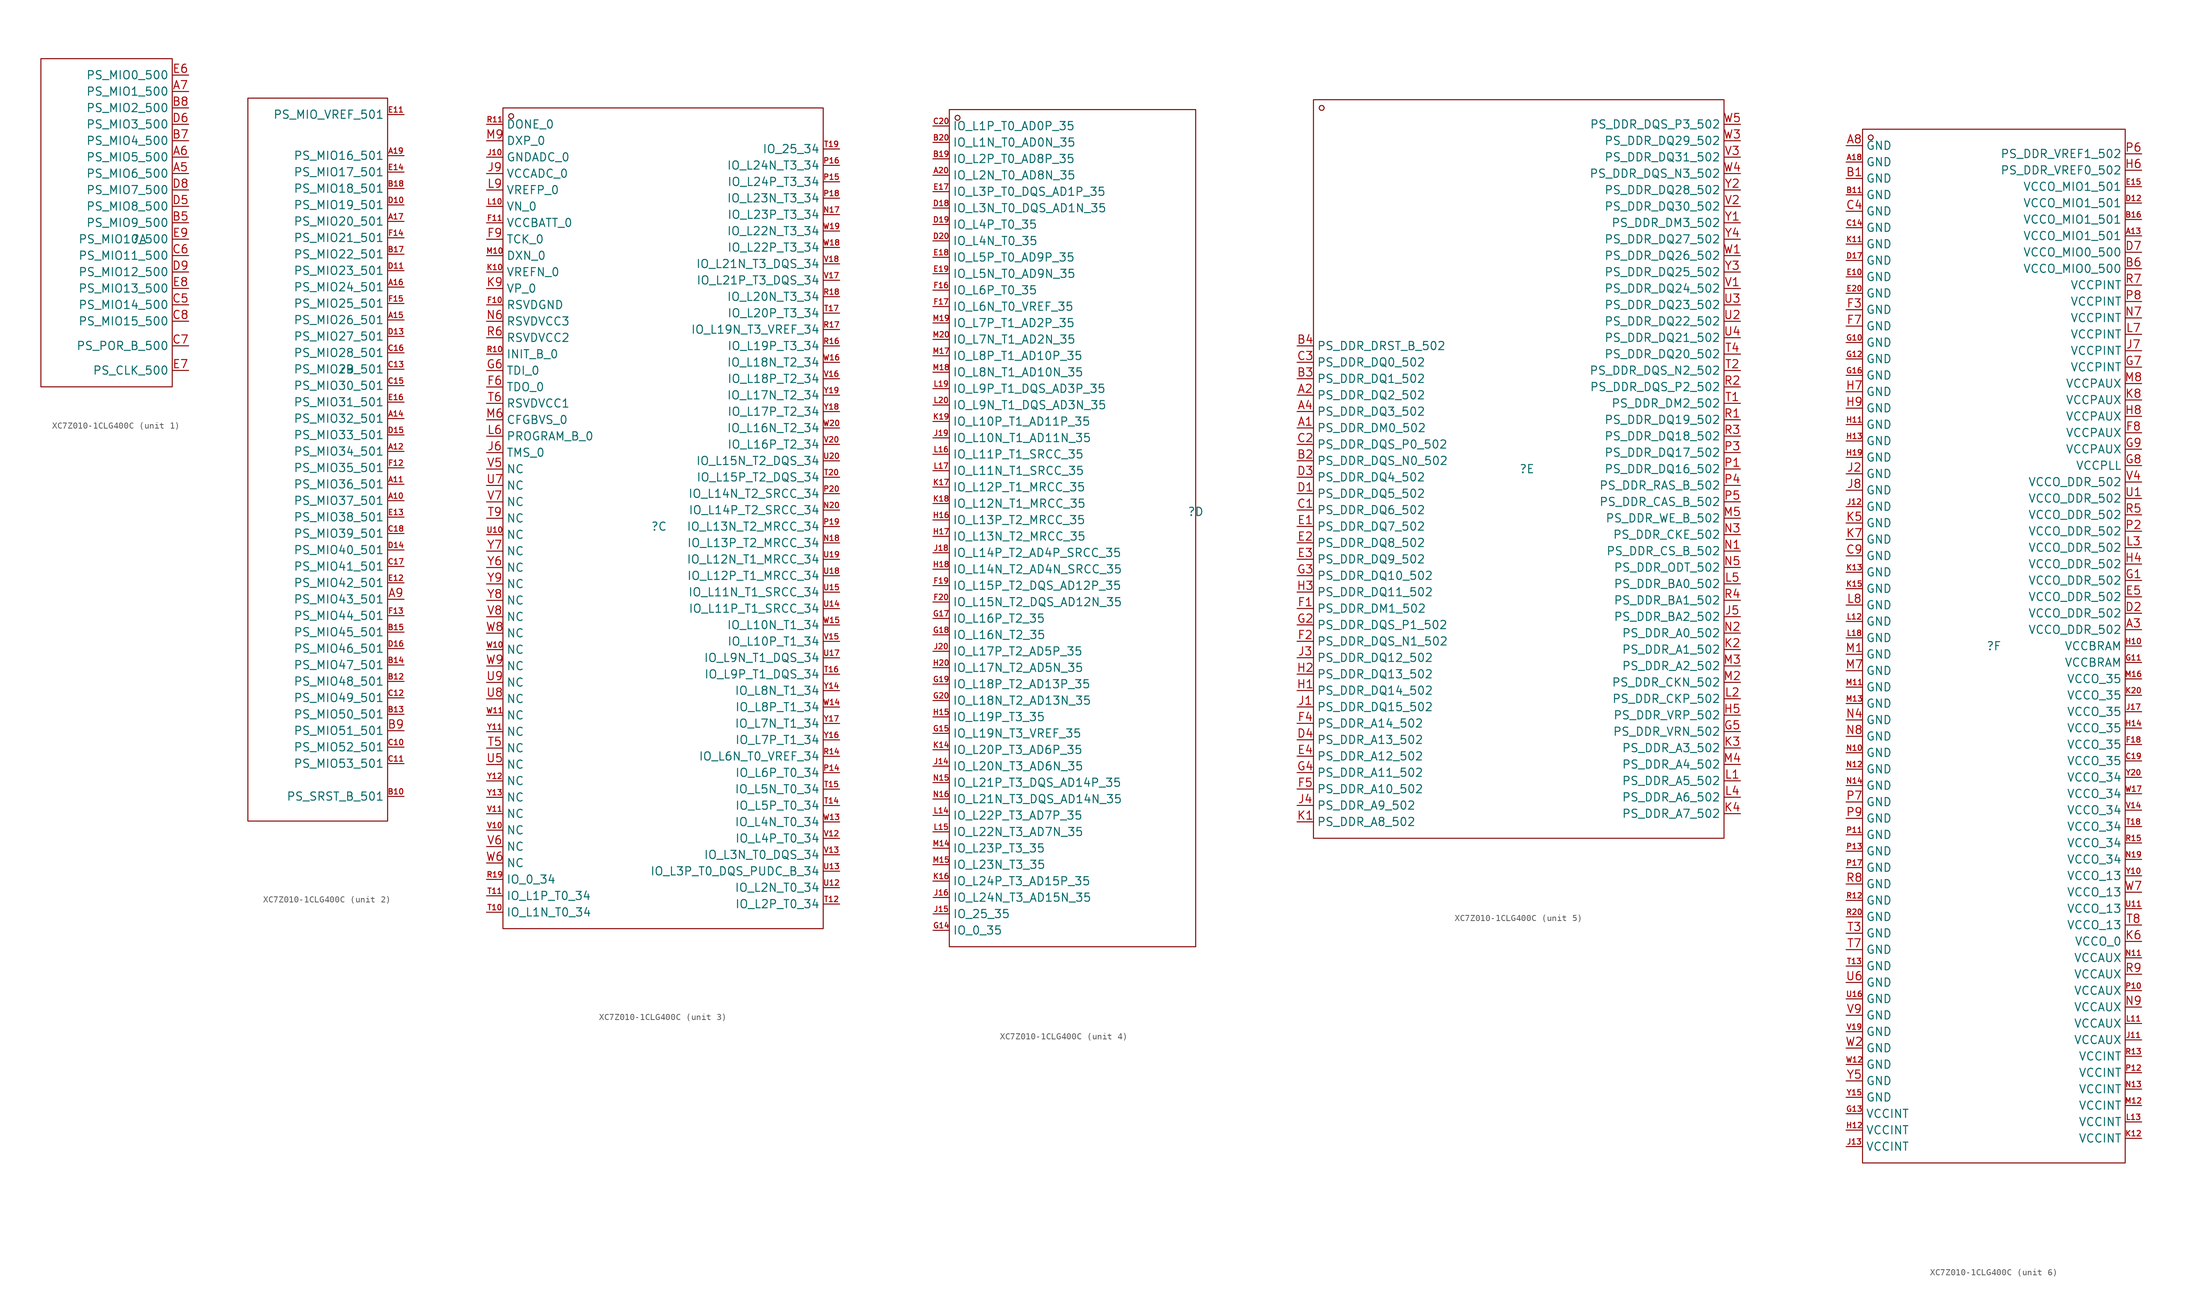
<source format=kicad_sym>
(kicad_symbol_lib
  (version 20231120)
  (generator "kicad_symbol_editor")
  (generator_version "8.0")
  (symbol "XC7Z010-1CLG400C"
    (property "Reference" ""
      (at 0 0 0)
      (effects (font (size 1.27 1.27))))
    (property "Value" ""
      (at 0 0 0)
      (effects (font (size 1.27 1.27))))
    (symbol "XC7Z010-1CLG400C_1_0"
      (rectangle (start -15.24 27.94) (end 5.08 -22.86) (stroke (width 0) (type default)) (fill (type none)))
      (pin input line (at 7.62 10.16 180) (length 2.54) (name "PS_MIO6_500" (effects (font (size 1.27 1.27)))) (number "A5" (effects (font (size 1.27 1.27)))))
      (pin input line (at 7.62 12.7 180) (length 2.54) (name "PS_MIO5_500" (effects (font (size 1.27 1.27)))) (number "A6" (effects (font (size 1.27 1.27)))))
      (pin input line (at 7.62 22.86 180) (length 2.54) (name "PS_MIO1_500" (effects (font (size 1.27 1.27)))) (number "A7" (effects (font (size 1.27 1.27)))))
      (pin input line (at 7.62 2.54 180) (length 2.54) (name "PS_MIO9_500" (effects (font (size 1.27 1.27)))) (number "B5" (effects (font (size 1.27 1.27)))))
      (pin input line (at 7.62 15.24 180) (length 2.54) (name "PS_MIO4_500" (effects (font (size 1.27 1.27)))) (number "B7" (effects (font (size 1.27 1.27)))))
      (pin input line (at 7.62 20.32 180) (length 2.54) (name "PS_MIO2_500" (effects (font (size 1.27 1.27)))) (number "B8" (effects (font (size 1.27 1.27)))))
      (pin input line (at 7.62 -10.16 180) (length 2.54) (name "PS_MIO14_500" (effects (font (size 1.27 1.27)))) (number "C5" (effects (font (size 1.27 1.27)))))
      (pin input line (at 7.62 -2.54 180) (length 2.54) (name "PS_MIO11_500" (effects (font (size 1.27 1.27)))) (number "C6" (effects (font (size 1.27 1.27)))))
      (pin input line (at 7.62 -16.51 180) (length 2.54) (name "PS_POR_B_500" (effects (font (size 1.27 1.27)))) (number "C7" (effects (font (size 1.27 1.27)))))
      (pin input line (at 7.62 -12.7 180) (length 2.54) (name "PS_MIO15_500" (effects (font (size 1.27 1.27)))) (number "C8" (effects (font (size 1.27 1.27)))))
      (pin input line (at 7.62 5.08 180) (length 2.54) (name "PS_MIO8_500" (effects (font (size 1.27 1.27)))) (number "D5" (effects (font (size 1.27 1.27)))))
      (pin input line (at 7.62 17.78 180) (length 2.54) (name "PS_MIO3_500" (effects (font (size 1.27 1.27)))) (number "D6" (effects (font (size 1.27 1.27)))))
      (pin input line (at 7.62 7.62 180) (length 2.54) (name "PS_MIO7_500" (effects (font (size 1.27 1.27)))) (number "D8" (effects (font (size 1.27 1.27)))))
      (pin input line (at 7.62 -5.08 180) (length 2.54) (name "PS_MIO12_500" (effects (font (size 1.27 1.27)))) (number "D9" (effects (font (size 1.27 1.27)))))
      (pin input line (at 7.62 25.4 180) (length 2.54) (name "PS_MIO0_500" (effects (font (size 1.27 1.27)))) (number "E6" (effects (font (size 1.27 1.27)))))
      (pin input line (at 7.62 -20.32 180) (length 2.54) (name "PS_CLK_500" (effects (font (size 1.27 1.27)))) (number "E7" (effects (font (size 1.27 1.27)))))
      (pin input line (at 7.62 -7.62 180) (length 2.54) (name "PS_MIO13_500" (effects (font (size 1.27 1.27)))) (number "E8" (effects (font (size 1.27 1.27)))))
      (pin input line (at 7.62 0 180) (length 2.54) (name "PS_MIO10_500" (effects (font (size 1.27 1.27)))) (number "E9" (effects (font (size 1.27 1.27))))))
    (symbol "XC7Z010-1CLG400C_2_0"
      (rectangle (start -15.24 41.91) (end 6.35 -69.85) (stroke (width 0) (type default)) (fill (type none)))
      (pin input line (at 8.89 -20.32 180) (length 2.54) (name "PS_MIO37_501" (effects (font (size 1.27 1.27)))) (number "A10" (effects (font (size 0.847 0.847)))))
      (pin input line (at 8.89 -17.78 180) (length 2.54) (name "PS_MIO36_501" (effects (font (size 1.27 1.27)))) (number "A11" (effects (font (size 0.847 0.847)))))
      (pin input line (at 8.89 -12.7 180) (length 2.54) (name "PS_MIO34_501" (effects (font (size 1.27 1.27)))) (number "A12" (effects (font (size 0.847 0.847)))))
      (pin input line (at 8.89 -7.62 180) (length 2.54) (name "PS_MIO32_501" (effects (font (size 1.27 1.27)))) (number "A14" (effects (font (size 0.847 0.847)))))
      (pin input line (at 8.89 7.62 180) (length 2.54) (name "PS_MIO26_501" (effects (font (size 1.27 1.27)))) (number "A15" (effects (font (size 0.847 0.847)))))
      (pin input line (at 8.89 12.7 180) (length 2.54) (name "PS_MIO24_501" (effects (font (size 1.27 1.27)))) (number "A16" (effects (font (size 0.847 0.847)))))
      (pin input line (at 8.89 22.86 180) (length 2.54) (name "PS_MIO20_501" (effects (font (size 1.27 1.27)))) (number "A17" (effects (font (size 0.847 0.847)))))
      (pin input line (at 8.89 33.02 180) (length 2.54) (name "PS_MIO16_501" (effects (font (size 1.27 1.27)))) (number "A19" (effects (font (size 0.847 0.847)))))
      (pin input line (at 8.89 -35.56 180) (length 2.54) (name "PS_MIO43_501" (effects (font (size 1.27 1.27)))) (number "A9" (effects (font (size 1.27 1.27)))))
      (pin input line (at 8.89 -66.04 180) (length 2.54) (name "PS_SRST_B_501" (effects (font (size 1.27 1.27)))) (number "B10" (effects (font (size 0.847 0.847)))))
      (pin input line (at 8.89 -48.26 180) (length 2.54) (name "PS_MIO48_501" (effects (font (size 1.27 1.27)))) (number "B12" (effects (font (size 0.847 0.847)))))
      (pin input line (at 8.89 -53.34 180) (length 2.54) (name "PS_MIO50_501" (effects (font (size 1.27 1.27)))) (number "B13" (effects (font (size 0.847 0.847)))))
      (pin input line (at 8.89 -45.72 180) (length 2.54) (name "PS_MIO47_501" (effects (font (size 1.27 1.27)))) (number "B14" (effects (font (size 0.847 0.847)))))
      (pin input line (at 8.89 -40.64 180) (length 2.54) (name "PS_MIO45_501" (effects (font (size 1.27 1.27)))) (number "B15" (effects (font (size 0.847 0.847)))))
      (pin input line (at 8.89 17.78 180) (length 2.54) (name "PS_MIO22_501" (effects (font (size 1.27 1.27)))) (number "B17" (effects (font (size 0.847 0.847)))))
      (pin input line (at 8.89 27.94 180) (length 2.54) (name "PS_MIO18_501" (effects (font (size 1.27 1.27)))) (number "B18" (effects (font (size 0.847 0.847)))))
      (pin input line (at 8.89 -55.88 180) (length 2.54) (name "PS_MIO51_501" (effects (font (size 1.27 1.27)))) (number "B9" (effects (font (size 1.27 1.27)))))
      (pin input line (at 8.89 -58.42 180) (length 2.54) (name "PS_MIO52_501" (effects (font (size 1.27 1.27)))) (number "C10" (effects (font (size 0.847 0.847)))))
      (pin input line (at 8.89 -60.96 180) (length 2.54) (name "PS_MIO53_501" (effects (font (size 1.27 1.27)))) (number "C11" (effects (font (size 0.847 0.847)))))
      (pin input line (at 8.89 -50.8 180) (length 2.54) (name "PS_MIO49_501" (effects (font (size 1.27 1.27)))) (number "C12" (effects (font (size 0.847 0.847)))))
      (pin input line (at 8.89 0 180) (length 2.54) (name "PS_MIO29_501" (effects (font (size 1.27 1.27)))) (number "C13" (effects (font (size 0.847 0.847)))))
      (pin input line (at 8.89 -2.54 180) (length 2.54) (name "PS_MIO30_501" (effects (font (size 1.27 1.27)))) (number "C15" (effects (font (size 0.847 0.847)))))
      (pin input line (at 8.89 2.54 180) (length 2.54) (name "PS_MIO28_501" (effects (font (size 1.27 1.27)))) (number "C16" (effects (font (size 0.847 0.847)))))
      (pin input line (at 8.89 -30.48 180) (length 2.54) (name "PS_MIO41_501" (effects (font (size 1.27 1.27)))) (number "C17" (effects (font (size 0.847 0.847)))))
      (pin input line (at 8.89 -25.4 180) (length 2.54) (name "PS_MIO39_501" (effects (font (size 1.27 1.27)))) (number "C18" (effects (font (size 0.847 0.847)))))
      (pin input line (at 8.89 25.4 180) (length 2.54) (name "PS_MIO19_501" (effects (font (size 1.27 1.27)))) (number "D10" (effects (font (size 0.847 0.847)))))
      (pin input line (at 8.89 15.24 180) (length 2.54) (name "PS_MIO23_501" (effects (font (size 1.27 1.27)))) (number "D11" (effects (font (size 0.847 0.847)))))
      (pin input line (at 8.89 5.08 180) (length 2.54) (name "PS_MIO27_501" (effects (font (size 1.27 1.27)))) (number "D13" (effects (font (size 0.847 0.847)))))
      (pin input line (at 8.89 -27.94 180) (length 2.54) (name "PS_MIO40_501" (effects (font (size 1.27 1.27)))) (number "D14" (effects (font (size 0.847 0.847)))))
      (pin input line (at 8.89 -10.16 180) (length 2.54) (name "PS_MIO33_501" (effects (font (size 1.27 1.27)))) (number "D15" (effects (font (size 0.847 0.847)))))
      (pin input line (at 8.89 -43.18 180) (length 2.54) (name "PS_MIO46_501" (effects (font (size 1.27 1.27)))) (number "D16" (effects (font (size 0.847 0.847)))))
      (pin input line (at 8.89 39.37 180) (length 2.54) (name "PS_MIO_VREF_501" (effects (font (size 1.27 1.27)))) (number "E11" (effects (font (size 0.847 0.847)))))
      (pin input line (at 8.89 -33.02 180) (length 2.54) (name "PS_MIO42_501" (effects (font (size 1.27 1.27)))) (number "E12" (effects (font (size 0.847 0.847)))))
      (pin input line (at 8.89 -22.86 180) (length 2.54) (name "PS_MIO38_501" (effects (font (size 1.27 1.27)))) (number "E13" (effects (font (size 0.847 0.847)))))
      (pin input line (at 8.89 30.48 180) (length 2.54) (name "PS_MIO17_501" (effects (font (size 1.27 1.27)))) (number "E14" (effects (font (size 0.847 0.847)))))
      (pin input line (at 8.89 -5.08 180) (length 2.54) (name "PS_MIO31_501" (effects (font (size 1.27 1.27)))) (number "E16" (effects (font (size 0.847 0.847)))))
      (pin input line (at 8.89 -15.24 180) (length 2.54) (name "PS_MIO35_501" (effects (font (size 1.27 1.27)))) (number "F12" (effects (font (size 0.847 0.847)))))
      (pin input line (at 8.89 -38.1 180) (length 2.54) (name "PS_MIO44_501" (effects (font (size 1.27 1.27)))) (number "F13" (effects (font (size 0.847 0.847)))))
      (pin input line (at 8.89 20.32 180) (length 2.54) (name "PS_MIO21_501" (effects (font (size 1.27 1.27)))) (number "F14" (effects (font (size 0.847 0.847)))))
      (pin input line (at 8.89 10.16 180) (length 2.54) (name "PS_MIO25_501" (effects (font (size 1.27 1.27)))) (number "F15" (effects (font (size 0.847 0.847))))))
    (symbol "XC7Z010-1CLG400C_3_0"
      (rectangle (start -24.13 -62.23) (end 25.4 64.77) (stroke (width 0) (type default)) (fill (type none)))
      (circle (center -22.86 63.5) (radius 0.381) (stroke (width 0) (type default)) (fill (type none)))
      (pin input line (at -26.67 34.29 0) (length 2.54) (name "RSVDGND" (effects (font (size 1.27 1.27)))) (number "F10" (effects (font (size 0.847 0.847)))))
      (pin input line (at -26.67 46.99 0) (length 2.54) (name "VCCBATT_0" (effects (font (size 1.27 1.27)))) (number "F11" (effects (font (size 0.847 0.847)))))
      (pin input line (at -26.67 21.59 0) (length 2.54) (name "TDO_0" (effects (font (size 1.27 1.27)))) (number "F6" (effects (font (size 1.27 1.27)))))
      (pin input line (at -26.67 44.45 0) (length 2.54) (name "TCK_0" (effects (font (size 1.27 1.27)))) (number "F9" (effects (font (size 1.27 1.27)))))
      (pin input line (at -26.67 24.13 0) (length 2.54) (name "TDI_0" (effects (font (size 1.27 1.27)))) (number "G6" (effects (font (size 1.27 1.27)))))
      (pin input line (at -26.67 57.15 0) (length 2.54) (name "GNDADC_0" (effects (font (size 1.27 1.27)))) (number "J10" (effects (font (size 0.847 0.847)))))
      (pin input line (at -26.67 11.43 0) (length 2.54) (name "TMS_0" (effects (font (size 1.27 1.27)))) (number "J6" (effects (font (size 1.27 1.27)))))
      (pin input line (at -26.67 54.61 0) (length 2.54) (name "VCCADC_0" (effects (font (size 1.27 1.27)))) (number "J9" (effects (font (size 1.27 1.27)))))
      (pin input line (at -26.67 39.37 0) (length 2.54) (name "VREFN_0" (effects (font (size 1.27 1.27)))) (number "K10" (effects (font (size 0.847 0.847)))))
      (pin input line (at -26.67 36.83 0) (length 2.54) (name "VP_0" (effects (font (size 1.27 1.27)))) (number "K9" (effects (font (size 1.27 1.27)))))
      (pin input line (at -26.67 49.53 0) (length 2.54) (name "VN_0" (effects (font (size 1.27 1.27)))) (number "L10" (effects (font (size 0.847 0.847)))))
      (pin input line (at -26.67 13.97 0) (length 2.54) (name "PROGRAM_B_0" (effects (font (size 1.27 1.27)))) (number "L6" (effects (font (size 1.27 1.27)))))
      (pin input line (at -26.67 52.07 0) (length 2.54) (name "VREFP_0" (effects (font (size 1.27 1.27)))) (number "L9" (effects (font (size 1.27 1.27)))))
      (pin input line (at -26.67 41.91 0) (length 2.54) (name "DXN_0" (effects (font (size 1.27 1.27)))) (number "M10" (effects (font (size 0.847 0.847)))))
      (pin input line (at -26.67 16.51 0) (length 2.54) (name "CFGBVS_0" (effects (font (size 1.27 1.27)))) (number "M6" (effects (font (size 1.27 1.27)))))
      (pin input line (at -26.67 59.69 0) (length 2.54) (name "DXP_0" (effects (font (size 1.27 1.27)))) (number "M9" (effects (font (size 1.27 1.27)))))
      (pin input line (at 27.94 48.26 180) (length 2.54) (name "IO_L23P_T3_34" (effects (font (size 1.27 1.27)))) (number "N17" (effects (font (size 0.847 0.847)))))
      (pin input line (at 27.94 -2.54 180) (length 2.54) (name "IO_L13P_T2_MRCC_34" (effects (font (size 1.27 1.27)))) (number "N18" (effects (font (size 0.847 0.847)))))
      (pin input line (at 27.94 2.54 180) (length 2.54) (name "IO_L14P_T2_SRCC_34" (effects (font (size 1.27 1.27)))) (number "N20" (effects (font (size 0.847 0.847)))))
      (pin input line (at -26.67 31.75 0) (length 2.54) (name "RSVDVCC3" (effects (font (size 1.27 1.27)))) (number "N6" (effects (font (size 1.27 1.27)))))
      (pin input line (at 27.94 -38.1 180) (length 2.54) (name "IO_L6P_T0_34" (effects (font (size 1.27 1.27)))) (number "P14" (effects (font (size 0.847 0.847)))))
      (pin input line (at 27.94 53.34 180) (length 2.54) (name "IO_L24P_T3_34" (effects (font (size 1.27 1.27)))) (number "P15" (effects (font (size 0.847 0.847)))))
      (pin input line (at 27.94 55.88 180) (length 2.54) (name "IO_L24N_T3_34" (effects (font (size 1.27 1.27)))) (number "P16" (effects (font (size 0.847 0.847)))))
      (pin input line (at 27.94 50.8 180) (length 2.54) (name "IO_L23N_T3_34" (effects (font (size 1.27 1.27)))) (number "P18" (effects (font (size 0.847 0.847)))))
      (pin input line (at 27.94 0 180) (length 2.54) (name "IO_L13N_T2_MRCC_34" (effects (font (size 1.27 1.27)))) (number "P19" (effects (font (size 0.847 0.847)))))
      (pin input line (at 27.94 5.08 180) (length 2.54) (name "IO_L14N_T2_SRCC_34" (effects (font (size 1.27 1.27)))) (number "P20" (effects (font (size 0.847 0.847)))))
      (pin input line (at -26.67 26.67 0) (length 2.54) (name "INIT_B_0" (effects (font (size 1.27 1.27)))) (number "R10" (effects (font (size 0.847 0.847)))))
      (pin input line (at -26.67 62.23 0) (length 2.54) (name "DONE_0" (effects (font (size 1.27 1.27)))) (number "R11" (effects (font (size 0.847 0.847)))))
      (pin input line (at 27.94 -35.56 180) (length 2.54) (name "IO_L6N_T0_VREF_34" (effects (font (size 1.27 1.27)))) (number "R14" (effects (font (size 0.847 0.847)))))
      (pin input line (at 27.94 27.94 180) (length 2.54) (name "IO_L19P_T3_34" (effects (font (size 1.27 1.27)))) (number "R16" (effects (font (size 0.847 0.847)))))
      (pin input line (at 27.94 30.48 180) (length 2.54) (name "IO_L19N_T3_VREF_34" (effects (font (size 1.27 1.27)))) (number "R17" (effects (font (size 0.847 0.847)))))
      (pin input line (at 27.94 35.56 180) (length 2.54) (name "IO_L20N_T3_34" (effects (font (size 1.27 1.27)))) (number "R18" (effects (font (size 0.847 0.847)))))
      (pin input line (at -26.67 -54.61 0) (length 2.54) (name "IO_0_34" (effects (font (size 1.27 1.27)))) (number "R19" (effects (font (size 0.847 0.847)))))
      (pin input line (at -26.67 29.21 0) (length 2.54) (name "RSVDVCC2" (effects (font (size 1.27 1.27)))) (number "R6" (effects (font (size 1.27 1.27)))))
      (pin input line (at -26.67 -59.69 0) (length 2.54) (name "IO_L1N_T0_34" (effects (font (size 1.27 1.27)))) (number "T10" (effects (font (size 0.847 0.847)))))
      (pin input line (at -26.67 -57.15 0) (length 2.54) (name "IO_L1P_T0_34" (effects (font (size 1.27 1.27)))) (number "T11" (effects (font (size 0.847 0.847)))))
      (pin input line (at 27.94 -58.42 180) (length 2.54) (name "IO_L2P_T0_34" (effects (font (size 1.27 1.27)))) (number "T12" (effects (font (size 0.847 0.847)))))
      (pin input line (at 27.94 -43.18 180) (length 2.54) (name "IO_L5P_T0_34" (effects (font (size 1.27 1.27)))) (number "T14" (effects (font (size 0.847 0.847)))))
      (pin input line (at 27.94 -40.64 180) (length 2.54) (name "IO_L5N_T0_34" (effects (font (size 1.27 1.27)))) (number "T15" (effects (font (size 0.847 0.847)))))
      (pin input line (at 27.94 -22.86 180) (length 2.54) (name "IO_L9P_T1_DQS_34" (effects (font (size 1.27 1.27)))) (number "T16" (effects (font (size 0.847 0.847)))))
      (pin input line (at 27.94 33.02 180) (length 2.54) (name "IO_L20P_T3_34" (effects (font (size 1.27 1.27)))) (number "T17" (effects (font (size 0.847 0.847)))))
      (pin input line (at 27.94 58.42 180) (length 2.54) (name "IO_25_34" (effects (font (size 1.27 1.27)))) (number "T19" (effects (font (size 0.847 0.847)))))
      (pin input line (at 27.94 7.62 180) (length 2.54) (name "IO_L15P_T2_DQS_34" (effects (font (size 1.27 1.27)))) (number "T20" (effects (font (size 0.847 0.847)))))
      (pin input line (at -26.67 -34.29 0) (length 2.54) (name "NC" (effects (font (size 1.27 1.27)))) (number "T5" (effects (font (size 1.27 1.27)))))
      (pin input line (at -26.67 19.05 0) (length 2.54) (name "RSVDVCC1" (effects (font (size 1.27 1.27)))) (number "T6" (effects (font (size 1.27 1.27)))))
      (pin input line (at -26.67 1.27 0) (length 2.54) (name "NC" (effects (font (size 1.27 1.27)))) (number "T9" (effects (font (size 1.27 1.27)))))
      (pin input line (at -26.67 -1.27 0) (length 2.54) (name "NC" (effects (font (size 1.27 1.27)))) (number "U10" (effects (font (size 0.847 0.847)))))
      (pin input line (at 27.94 -55.88 180) (length 2.54) (name "IO_L2N_T0_34" (effects (font (size 1.27 1.27)))) (number "U12" (effects (font (size 0.847 0.847)))))
      (pin input line (at 27.94 -53.34 180) (length 2.54) (name "IO_L3P_T0_DQS_PUDC_B_34" (effects (font (size 1.27 1.27)))) (number "U13" (effects (font (size 0.847 0.847)))))
      (pin input line (at 27.94 -12.7 180) (length 2.54) (name "IO_L11P_T1_SRCC_34" (effects (font (size 1.27 1.27)))) (number "U14" (effects (font (size 0.847 0.847)))))
      (pin input line (at 27.94 -10.16 180) (length 2.54) (name "IO_L11N_T1_SRCC_34" (effects (font (size 1.27 1.27)))) (number "U15" (effects (font (size 0.847 0.847)))))
      (pin input line (at 27.94 -20.32 180) (length 2.54) (name "IO_L9N_T1_DQS_34" (effects (font (size 1.27 1.27)))) (number "U17" (effects (font (size 0.847 0.847)))))
      (pin input line (at 27.94 -7.62 180) (length 2.54) (name "IO_L12P_T1_MRCC_34" (effects (font (size 1.27 1.27)))) (number "U18" (effects (font (size 0.847 0.847)))))
      (pin input line (at 27.94 -5.08 180) (length 2.54) (name "IO_L12N_T1_MRCC_34" (effects (font (size 1.27 1.27)))) (number "U19" (effects (font (size 0.847 0.847)))))
      (pin input line (at 27.94 10.16 180) (length 2.54) (name "IO_L15N_T2_DQS_34" (effects (font (size 1.27 1.27)))) (number "U20" (effects (font (size 0.847 0.847)))))
      (pin input line (at -26.67 -36.83 0) (length 2.54) (name "NC" (effects (font (size 1.27 1.27)))) (number "U5" (effects (font (size 1.27 1.27)))))
      (pin input line (at -26.67 6.35 0) (length 2.54) (name "NC" (effects (font (size 1.27 1.27)))) (number "U7" (effects (font (size 1.27 1.27)))))
      (pin input line (at -26.67 -26.67 0) (length 2.54) (name "NC" (effects (font (size 1.27 1.27)))) (number "U8" (effects (font (size 1.27 1.27)))))
      (pin input line (at -26.67 -24.13 0) (length 2.54) (name "NC" (effects (font (size 1.27 1.27)))) (number "U9" (effects (font (size 1.27 1.27)))))
      (pin input line (at -26.67 -46.99 0) (length 2.54) (name "NC" (effects (font (size 1.27 1.27)))) (number "V10" (effects (font (size 0.847 0.847)))))
      (pin input line (at -26.67 -44.45 0) (length 2.54) (name "NC" (effects (font (size 1.27 1.27)))) (number "V11" (effects (font (size 0.847 0.847)))))
      (pin input line (at 27.94 -48.26 180) (length 2.54) (name "IO_L4P_T0_34" (effects (font (size 1.27 1.27)))) (number "V12" (effects (font (size 0.847 0.847)))))
      (pin input line (at 27.94 -50.8 180) (length 2.54) (name "IO_L3N_T0_DQS_34" (effects (font (size 1.27 1.27)))) (number "V13" (effects (font (size 0.847 0.847)))))
      (pin input line (at 27.94 -17.78 180) (length 2.54) (name "IO_L10P_T1_34" (effects (font (size 1.27 1.27)))) (number "V15" (effects (font (size 0.847 0.847)))))
      (pin input line (at 27.94 22.86 180) (length 2.54) (name "IO_L18P_T2_34" (effects (font (size 1.27 1.27)))) (number "V16" (effects (font (size 0.847 0.847)))))
      (pin input line (at 27.94 38.1 180) (length 2.54) (name "IO_L21P_T3_DQS_34" (effects (font (size 1.27 1.27)))) (number "V17" (effects (font (size 0.847 0.847)))))
      (pin input line (at 27.94 40.64 180) (length 2.54) (name "IO_L21N_T3_DQS_34" (effects (font (size 1.27 1.27)))) (number "V18" (effects (font (size 0.847 0.847)))))
      (pin input line (at 27.94 12.7 180) (length 2.54) (name "IO_L16P_T2_34" (effects (font (size 1.27 1.27)))) (number "V20" (effects (font (size 0.847 0.847)))))
      (pin input line (at -26.67 8.89 0) (length 2.54) (name "NC" (effects (font (size 1.27 1.27)))) (number "V5" (effects (font (size 1.27 1.27)))))
      (pin input line (at -26.67 -49.53 0) (length 2.54) (name "NC" (effects (font (size 1.27 1.27)))) (number "V6" (effects (font (size 1.27 1.27)))))
      (pin input line (at -26.67 3.81 0) (length 2.54) (name "NC" (effects (font (size 1.27 1.27)))) (number "V7" (effects (font (size 1.27 1.27)))))
      (pin input line (at -26.67 -13.97 0) (length 2.54) (name "NC" (effects (font (size 1.27 1.27)))) (number "V8" (effects (font (size 1.27 1.27)))))
      (pin input line (at -26.67 -19.05 0) (length 2.54) (name "NC" (effects (font (size 1.27 1.27)))) (number "W10" (effects (font (size 0.847 0.847)))))
      (pin input line (at -26.67 -29.21 0) (length 2.54) (name "NC" (effects (font (size 1.27 1.27)))) (number "W11" (effects (font (size 0.847 0.847)))))
      (pin input line (at 27.94 -45.72 180) (length 2.54) (name "IO_L4N_T0_34" (effects (font (size 1.27 1.27)))) (number "W13" (effects (font (size 0.847 0.847)))))
      (pin input line (at 27.94 -27.94 180) (length 2.54) (name "IO_L8P_T1_34" (effects (font (size 1.27 1.27)))) (number "W14" (effects (font (size 0.847 0.847)))))
      (pin input line (at 27.94 -15.24 180) (length 2.54) (name "IO_L10N_T1_34" (effects (font (size 1.27 1.27)))) (number "W15" (effects (font (size 0.847 0.847)))))
      (pin input line (at 27.94 25.4 180) (length 2.54) (name "IO_L18N_T2_34" (effects (font (size 1.27 1.27)))) (number "W16" (effects (font (size 0.847 0.847)))))
      (pin input line (at 27.94 43.18 180) (length 2.54) (name "IO_L22P_T3_34" (effects (font (size 1.27 1.27)))) (number "W18" (effects (font (size 0.847 0.847)))))
      (pin input line (at 27.94 45.72 180) (length 2.54) (name "IO_L22N_T3_34" (effects (font (size 1.27 1.27)))) (number "W19" (effects (font (size 0.847 0.847)))))
      (pin input line (at 27.94 15.24 180) (length 2.54) (name "IO_L16N_T2_34" (effects (font (size 1.27 1.27)))) (number "W20" (effects (font (size 0.847 0.847)))))
      (pin input line (at -26.67 -52.07 0) (length 2.54) (name "NC" (effects (font (size 1.27 1.27)))) (number "W6" (effects (font (size 1.27 1.27)))))
      (pin input line (at -26.67 -16.51 0) (length 2.54) (name "NC" (effects (font (size 1.27 1.27)))) (number "W8" (effects (font (size 1.27 1.27)))))
      (pin input line (at -26.67 -21.59 0) (length 2.54) (name "NC" (effects (font (size 1.27 1.27)))) (number "W9" (effects (font (size 1.27 1.27)))))
      (pin input line (at -26.67 -31.75 0) (length 2.54) (name "NC" (effects (font (size 1.27 1.27)))) (number "Y11" (effects (font (size 0.847 0.847)))))
      (pin input line (at -26.67 -39.37 0) (length 2.54) (name "NC" (effects (font (size 1.27 1.27)))) (number "Y12" (effects (font (size 0.847 0.847)))))
      (pin input line (at -26.67 -41.91 0) (length 2.54) (name "NC" (effects (font (size 1.27 1.27)))) (number "Y13" (effects (font (size 0.847 0.847)))))
      (pin input line (at 27.94 -25.4 180) (length 2.54) (name "IO_L8N_T1_34" (effects (font (size 1.27 1.27)))) (number "Y14" (effects (font (size 0.847 0.847)))))
      (pin input line (at 27.94 -33.02 180) (length 2.54) (name "IO_L7P_T1_34" (effects (font (size 1.27 1.27)))) (number "Y16" (effects (font (size 0.847 0.847)))))
      (pin input line (at 27.94 -30.48 180) (length 2.54) (name "IO_L7N_T1_34" (effects (font (size 1.27 1.27)))) (number "Y17" (effects (font (size 0.847 0.847)))))
      (pin input line (at 27.94 17.78 180) (length 2.54) (name "IO_L17P_T2_34" (effects (font (size 1.27 1.27)))) (number "Y18" (effects (font (size 0.847 0.847)))))
      (pin input line (at 27.94 20.32 180) (length 2.54) (name "IO_L17N_T2_34" (effects (font (size 1.27 1.27)))) (number "Y19" (effects (font (size 0.847 0.847)))))
      (pin input line (at -26.67 -6.35 0) (length 2.54) (name "NC" (effects (font (size 1.27 1.27)))) (number "Y6" (effects (font (size 1.27 1.27)))))
      (pin input line (at -26.67 -3.81 0) (length 2.54) (name "NC" (effects (font (size 1.27 1.27)))) (number "Y7" (effects (font (size 1.27 1.27)))))
      (pin input line (at -26.67 -11.43 0) (length 2.54) (name "NC" (effects (font (size 1.27 1.27)))) (number "Y8" (effects (font (size 1.27 1.27)))))
      (pin input line (at -26.67 -8.89 0) (length 2.54) (name "NC" (effects (font (size 1.27 1.27)))) (number "Y9" (effects (font (size 1.27 1.27))))))
    (symbol "XC7Z010-1CLG400C_4_0"
      (rectangle (start -38.1 62.23) (end 0 -67.31) (stroke (width 0) (type default)) (fill (type none)))
      (circle (center -36.83 60.96) (radius 0.381) (stroke (width 0) (type default)) (fill (type none)))
      (pin input line (at -40.64 52.07 0) (length 2.54) (name "IO_L2N_T0_AD8N_35" (effects (font (size 1.27 1.27)))) (number "A20" (effects (font (size 0.847 0.847)))))
      (pin input line (at -40.64 54.61 0) (length 2.54) (name "IO_L2P_T0_AD8P_35" (effects (font (size 1.27 1.27)))) (number "B19" (effects (font (size 0.847 0.847)))))
      (pin input line (at -40.64 57.15 0) (length 2.54) (name "IO_L1N_T0_AD0N_35" (effects (font (size 1.27 1.27)))) (number "B20" (effects (font (size 0.847 0.847)))))
      (pin input line (at -40.64 59.69 0) (length 2.54) (name "IO_L1P_T0_AD0P_35" (effects (font (size 1.27 1.27)))) (number "C20" (effects (font (size 0.847 0.847)))))
      (pin input line (at -40.64 46.99 0) (length 2.54) (name "IO_L3N_T0_DQS_AD1N_35" (effects (font (size 1.27 1.27)))) (number "D18" (effects (font (size 0.847 0.847)))))
      (pin input line (at -40.64 44.45 0) (length 2.54) (name "IO_L4P_T0_35" (effects (font (size 1.27 1.27)))) (number "D19" (effects (font (size 0.847 0.847)))))
      (pin input line (at -40.64 41.91 0) (length 2.54) (name "IO_L4N_T0_35" (effects (font (size 1.27 1.27)))) (number "D20" (effects (font (size 0.847 0.847)))))
      (pin input line (at -40.64 49.53 0) (length 2.54) (name "IO_L3P_T0_DQS_AD1P_35" (effects (font (size 1.27 1.27)))) (number "E17" (effects (font (size 0.847 0.847)))))
      (pin input line (at -40.64 39.37 0) (length 2.54) (name "IO_L5P_T0_AD9P_35" (effects (font (size 1.27 1.27)))) (number "E18" (effects (font (size 0.847 0.847)))))
      (pin input line (at -40.64 36.83 0) (length 2.54) (name "IO_L5N_T0_AD9N_35" (effects (font (size 1.27 1.27)))) (number "E19" (effects (font (size 0.847 0.847)))))
      (pin input line (at -40.64 34.29 0) (length 2.54) (name "IO_L6P_T0_35" (effects (font (size 1.27 1.27)))) (number "F16" (effects (font (size 0.847 0.847)))))
      (pin input line (at -40.64 31.75 0) (length 2.54) (name "IO_L6N_T0_VREF_35" (effects (font (size 1.27 1.27)))) (number "F17" (effects (font (size 0.847 0.847)))))
      (pin input line (at -40.64 -11.43 0) (length 2.54) (name "IO_L15P_T2_DQS_AD12P_35" (effects (font (size 1.27 1.27)))) (number "F19" (effects (font (size 0.847 0.847)))))
      (pin input line (at -40.64 -13.97 0) (length 2.54) (name "IO_L15N_T2_DQS_AD12N_35" (effects (font (size 1.27 1.27)))) (number "F20" (effects (font (size 0.847 0.847)))))
      (pin input line (at -40.615 -64.77 0) (length 2.54) (name "IO_0_35" (effects (font (size 1.27 1.27)))) (number "G14" (effects (font (size 0.847 0.847)))))
      (pin input line (at -40.64 -34.29 0) (length 2.54) (name "IO_L19N_T3_VREF_35" (effects (font (size 1.27 1.27)))) (number "G15" (effects (font (size 0.847 0.847)))))
      (pin input line (at -40.64 -16.51 0) (length 2.54) (name "IO_L16P_T2_35" (effects (font (size 1.27 1.27)))) (number "G17" (effects (font (size 0.847 0.847)))))
      (pin input line (at -40.64 -19.05 0) (length 2.54) (name "IO_L16N_T2_35" (effects (font (size 1.27 1.27)))) (number "G18" (effects (font (size 0.847 0.847)))))
      (pin input line (at -40.64 -26.67 0) (length 2.54) (name "IO_L18P_T2_AD13P_35" (effects (font (size 1.27 1.27)))) (number "G19" (effects (font (size 0.847 0.847)))))
      (pin input line (at -40.64 -29.21 0) (length 2.54) (name "IO_L18N_T2_AD13N_35" (effects (font (size 1.27 1.27)))) (number "G20" (effects (font (size 0.847 0.847)))))
      (pin input line (at -40.64 -31.75 0) (length 2.54) (name "IO_L19P_T3_35" (effects (font (size 1.27 1.27)))) (number "H15" (effects (font (size 0.847 0.847)))))
      (pin input line (at -40.64 -1.27 0) (length 2.54) (name "IO_L13P_T2_MRCC_35" (effects (font (size 1.27 1.27)))) (number "H16" (effects (font (size 0.847 0.847)))))
      (pin input line (at -40.64 -3.81 0) (length 2.54) (name "IO_L13N_T2_MRCC_35" (effects (font (size 1.27 1.27)))) (number "H17" (effects (font (size 0.847 0.847)))))
      (pin input line (at -40.64 -8.89 0) (length 2.54) (name "IO_L14N_T2_AD4N_SRCC_35" (effects (font (size 1.27 1.27)))) (number "H18" (effects (font (size 0.847 0.847)))))
      (pin input line (at -40.64 -24.13 0) (length 2.54) (name "IO_L17N_T2_AD5N_35" (effects (font (size 1.27 1.27)))) (number "H20" (effects (font (size 0.847 0.847)))))
      (pin input line (at -40.64 -39.37 0) (length 2.54) (name "IO_L20N_T3_AD6N_35" (effects (font (size 1.27 1.27)))) (number "J14" (effects (font (size 0.847 0.847)))))
      (pin input line (at -40.615 -62.23 0) (length 2.54) (name "IO_25_35" (effects (font (size 1.27 1.27)))) (number "J15" (effects (font (size 0.847 0.847)))))
      (pin input line (at -40.615 -59.69 0) (length 2.54) (name "IO_L24N_T3_AD15N_35" (effects (font (size 1.27 1.27)))) (number "J16" (effects (font (size 0.847 0.847)))))
      (pin input line (at -40.64 -6.35 0) (length 2.54) (name "IO_L14P_T2_AD4P_SRCC_35" (effects (font (size 1.27 1.27)))) (number "J18" (effects (font (size 0.847 0.847)))))
      (pin input line (at -40.64 11.43 0) (length 2.54) (name "IO_L10N_T1_AD11N_35" (effects (font (size 1.27 1.27)))) (number "J19" (effects (font (size 0.847 0.847)))))
      (pin input line (at -40.64 -21.59 0) (length 2.54) (name "IO_L17P_T2_AD5P_35" (effects (font (size 1.27 1.27)))) (number "J20" (effects (font (size 0.847 0.847)))))
      (pin input line (at -40.64 -36.83 0) (length 2.54) (name "IO_L20P_T3_AD6P_35" (effects (font (size 1.27 1.27)))) (number "K14" (effects (font (size 0.847 0.847)))))
      (pin input line (at -40.64 -57.15 0) (length 2.54) (name "IO_L24P_T3_AD15P_35" (effects (font (size 1.27 1.27)))) (number "K16" (effects (font (size 0.847 0.847)))))
      (pin input line (at -40.64 3.81 0) (length 2.54) (name "IO_L12P_T1_MRCC_35" (effects (font (size 1.27 1.27)))) (number "K17" (effects (font (size 0.847 0.847)))))
      (pin input line (at -40.64 1.27 0) (length 2.54) (name "IO_L12N_T1_MRCC_35" (effects (font (size 1.27 1.27)))) (number "K18" (effects (font (size 0.847 0.847)))))
      (pin input line (at -40.64 13.97 0) (length 2.54) (name "IO_L10P_T1_AD11P_35" (effects (font (size 1.27 1.27)))) (number "K19" (effects (font (size 0.847 0.847)))))
      (pin input line (at -40.64 -46.99 0) (length 2.54) (name "IO_L22P_T3_AD7P_35" (effects (font (size 1.27 1.27)))) (number "L14" (effects (font (size 0.847 0.847)))))
      (pin input line (at -40.64 -49.53 0) (length 2.54) (name "IO_L22N_T3_AD7N_35" (effects (font (size 1.27 1.27)))) (number "L15" (effects (font (size 0.847 0.847)))))
      (pin input line (at -40.64 8.89 0) (length 2.54) (name "IO_L11P_T1_SRCC_35" (effects (font (size 1.27 1.27)))) (number "L16" (effects (font (size 0.847 0.847)))))
      (pin input line (at -40.64 6.35 0) (length 2.54) (name "IO_L11N_T1_SRCC_35" (effects (font (size 1.27 1.27)))) (number "L17" (effects (font (size 0.847 0.847)))))
      (pin input line (at -40.64 19.05 0) (length 2.54) (name "IO_L9P_T1_DQS_AD3P_35" (effects (font (size 1.27 1.27)))) (number "L19" (effects (font (size 0.847 0.847)))))
      (pin input line (at -40.64 16.51 0) (length 2.54) (name "IO_L9N_T1_DQS_AD3N_35" (effects (font (size 1.27 1.27)))) (number "L20" (effects (font (size 0.847 0.847)))))
      (pin input line (at -40.64 -52.07 0) (length 2.54) (name "IO_L23P_T3_35" (effects (font (size 1.27 1.27)))) (number "M14" (effects (font (size 0.847 0.847)))))
      (pin input line (at -40.64 -54.61 0) (length 2.54) (name "IO_L23N_T3_35" (effects (font (size 1.27 1.27)))) (number "M15" (effects (font (size 0.847 0.847)))))
      (pin input line (at -40.64 24.13 0) (length 2.54) (name "IO_L8P_T1_AD10P_35" (effects (font (size 1.27 1.27)))) (number "M17" (effects (font (size 0.847 0.847)))))
      (pin input line (at -40.64 21.59 0) (length 2.54) (name "IO_L8N_T1_AD10N_35" (effects (font (size 1.27 1.27)))) (number "M18" (effects (font (size 0.847 0.847)))))
      (pin input line (at -40.64 29.21 0) (length 2.54) (name "IO_L7P_T1_AD2P_35" (effects (font (size 1.27 1.27)))) (number "M19" (effects (font (size 0.847 0.847)))))
      (pin input line (at -40.64 26.67 0) (length 2.54) (name "IO_L7N_T1_AD2N_35" (effects (font (size 1.27 1.27)))) (number "M20" (effects (font (size 0.847 0.847)))))
      (pin input line (at -40.64 -41.91 0) (length 2.54) (name "IO_L21P_T3_DQS_AD14P_35" (effects (font (size 1.27 1.27)))) (number "N15" (effects (font (size 0.847 0.847)))))
      (pin input line (at -40.64 -44.45 0) (length 2.54) (name "IO_L21N_T3_DQS_AD14N_35" (effects (font (size 1.27 1.27)))) (number "N16" (effects (font (size 0.847 0.847))))))
    (symbol "XC7Z010-1CLG400C_5_0"
      (rectangle (start -33.02 -57.15) (end 30.48 57.15) (stroke (width 0) (type default)) (fill (type none)))
      (circle (center -31.75 55.88) (radius 0.381) (stroke (width 0) (type default)) (fill (type none)))
      (pin input line (at -35.56 6.35 0) (length 2.54) (name "PS_DDR_DM0_502" (effects (font (size 1.27 1.27)))) (number "A1" (effects (font (size 1.27 1.27)))))
      (pin input line (at -35.56 11.43 0) (length 2.54) (name "PS_DDR_DQ2_502" (effects (font (size 1.27 1.27)))) (number "A2" (effects (font (size 1.27 1.27)))))
      (pin input line (at -35.56 8.89 0) (length 2.54) (name "PS_DDR_DQ3_502" (effects (font (size 1.27 1.27)))) (number "A4" (effects (font (size 1.27 1.27)))))
      (pin input line (at -35.56 1.27 0) (length 2.54) (name "PS_DDR_DQS_N0_502" (effects (font (size 1.27 1.27)))) (number "B2" (effects (font (size 1.27 1.27)))))
      (pin input line (at -35.56 13.97 0) (length 2.54) (name "PS_DDR_DQ1_502" (effects (font (size 1.27 1.27)))) (number "B3" (effects (font (size 1.27 1.27)))))
      (pin input line (at -35.56 19.05 0) (length 2.54) (name "PS_DDR_DRST_B_502" (effects (font (size 1.27 1.27)))) (number "B4" (effects (font (size 1.27 1.27)))))
      (pin input line (at -35.56 -6.35 0) (length 2.54) (name "PS_DDR_DQ6_502" (effects (font (size 1.27 1.27)))) (number "C1" (effects (font (size 1.27 1.27)))))
      (pin input line (at -35.56 3.81 0) (length 2.54) (name "PS_DDR_DQS_P0_502" (effects (font (size 1.27 1.27)))) (number "C2" (effects (font (size 1.27 1.27)))))
      (pin input line (at -35.56 16.51 0) (length 2.54) (name "PS_DDR_DQ0_502" (effects (font (size 1.27 1.27)))) (number "C3" (effects (font (size 1.27 1.27)))))
      (pin input line (at -35.56 -3.81 0) (length 2.54) (name "PS_DDR_DQ5_502" (effects (font (size 1.27 1.27)))) (number "D1" (effects (font (size 1.27 1.27)))))
      (pin input line (at -35.56 -1.27 0) (length 2.54) (name "PS_DDR_DQ4_502" (effects (font (size 1.27 1.27)))) (number "D3" (effects (font (size 1.27 1.27)))))
      (pin input line (at -35.56 -41.91 0) (length 2.54) (name "PS_DDR_A13_502" (effects (font (size 1.27 1.27)))) (number "D4" (effects (font (size 1.27 1.27)))))
      (pin input line (at -35.56 -8.89 0) (length 2.54) (name "PS_DDR_DQ7_502" (effects (font (size 1.27 1.27)))) (number "E1" (effects (font (size 1.27 1.27)))))
      (pin input line (at -35.56 -11.43 0) (length 2.54) (name "PS_DDR_DQ8_502" (effects (font (size 1.27 1.27)))) (number "E2" (effects (font (size 1.27 1.27)))))
      (pin input line (at -35.56 -13.97 0) (length 2.54) (name "PS_DDR_DQ9_502" (effects (font (size 1.27 1.27)))) (number "E3" (effects (font (size 1.27 1.27)))))
      (pin input line (at -35.56 -44.45 0) (length 2.54) (name "PS_DDR_A12_502" (effects (font (size 1.27 1.27)))) (number "E4" (effects (font (size 1.27 1.27)))))
      (pin input line (at -35.56 -21.59 0) (length 2.54) (name "PS_DDR_DM1_502" (effects (font (size 1.27 1.27)))) (number "F1" (effects (font (size 1.27 1.27)))))
      (pin input line (at -35.56 -26.67 0) (length 2.54) (name "PS_DDR_DQS_N1_502" (effects (font (size 1.27 1.27)))) (number "F2" (effects (font (size 1.27 1.27)))))
      (pin input line (at -35.56 -39.37 0) (length 2.54) (name "PS_DDR_A14_502" (effects (font (size 1.27 1.27)))) (number "F4" (effects (font (size 1.27 1.27)))))
      (pin input line (at -35.56 -49.53 0) (length 2.54) (name "PS_DDR_A10_502" (effects (font (size 1.27 1.27)))) (number "F5" (effects (font (size 1.27 1.27)))))
      (pin input line (at -35.56 -24.13 0) (length 2.54) (name "PS_DDR_DQS_P1_502" (effects (font (size 1.27 1.27)))) (number "G2" (effects (font (size 1.27 1.27)))))
      (pin input line (at -35.56 -16.51 0) (length 2.54) (name "PS_DDR_DQ10_502" (effects (font (size 1.27 1.27)))) (number "G3" (effects (font (size 1.27 1.27)))))
      (pin input line (at -35.56 -46.99 0) (length 2.54) (name "PS_DDR_A11_502" (effects (font (size 1.27 1.27)))) (number "G4" (effects (font (size 1.27 1.27)))))
      (pin input line (at 33.02 -40.64 180) (length 2.54) (name "PS_DDR_VRN_502" (effects (font (size 1.27 1.27)))) (number "G5" (effects (font (size 1.27 1.27)))))
      (pin input line (at -35.56 -34.29 0) (length 2.54) (name "PS_DDR_DQ14_502" (effects (font (size 1.27 1.27)))) (number "H1" (effects (font (size 1.27 1.27)))))
      (pin input line (at -35.56 -31.75 0) (length 2.54) (name "PS_DDR_DQ13_502" (effects (font (size 1.27 1.27)))) (number "H2" (effects (font (size 1.27 1.27)))))
      (pin input line (at -35.56 -19.05 0) (length 2.54) (name "PS_DDR_DQ11_502" (effects (font (size 1.27 1.27)))) (number "H3" (effects (font (size 1.27 1.27)))))
      (pin input line (at 33.02 -38.1 180) (length 2.54) (name "PS_DDR_VRP_502" (effects (font (size 1.27 1.27)))) (number "H5" (effects (font (size 1.27 1.27)))))
      (pin input line (at -35.56 -36.83 0) (length 2.54) (name "PS_DDR_DQ15_502" (effects (font (size 1.27 1.27)))) (number "J1" (effects (font (size 1.27 1.27)))))
      (pin input line (at -35.56 -29.21 0) (length 2.54) (name "PS_DDR_DQ12_502" (effects (font (size 1.27 1.27)))) (number "J3" (effects (font (size 1.27 1.27)))))
      (pin input line (at -35.56 -52.07 0) (length 2.54) (name "PS_DDR_A9_502" (effects (font (size 1.27 1.27)))) (number "J4" (effects (font (size 1.27 1.27)))))
      (pin input line (at 33.02 -22.86 180) (length 2.54) (name "PS_DDR_BA2_502" (effects (font (size 1.27 1.27)))) (number "J5" (effects (font (size 1.27 1.27)))))
      (pin input line (at -35.56 -54.61 0) (length 2.54) (name "PS_DDR_A8_502" (effects (font (size 1.27 1.27)))) (number "K1" (effects (font (size 1.27 1.27)))))
      (pin input line (at 33.02 -27.94 180) (length 2.54) (name "PS_DDR_A1_502" (effects (font (size 1.27 1.27)))) (number "K2" (effects (font (size 1.27 1.27)))))
      (pin input line (at 33.02 -43.18 180) (length 2.54) (name "PS_DDR_A3_502" (effects (font (size 1.27 1.27)))) (number "K3" (effects (font (size 1.27 1.27)))))
      (pin input line (at 33.02 -53.34 180) (length 2.54) (name "PS_DDR_A7_502" (effects (font (size 1.27 1.27)))) (number "K4" (effects (font (size 1.27 1.27)))))
      (pin input line (at 33.02 -48.26 180) (length 2.54) (name "PS_DDR_A5_502" (effects (font (size 1.27 1.27)))) (number "L1" (effects (font (size 1.27 1.27)))))
      (pin input line (at 33.02 -35.56 180) (length 2.54) (name "PS_DDR_CKP_502" (effects (font (size 1.27 1.27)))) (number "L2" (effects (font (size 1.27 1.27)))))
      (pin input line (at 33.02 -50.8 180) (length 2.54) (name "PS_DDR_A6_502" (effects (font (size 1.27 1.27)))) (number "L4" (effects (font (size 1.27 1.27)))))
      (pin input line (at 33.02 -17.78 180) (length 2.54) (name "PS_DDR_BA0_502" (effects (font (size 1.27 1.27)))) (number "L5" (effects (font (size 1.27 1.27)))))
      (pin input line (at 33.02 -33.02 180) (length 2.54) (name "PS_DDR_CKN_502" (effects (font (size 1.27 1.27)))) (number "M2" (effects (font (size 1.27 1.27)))))
      (pin input line (at 33.02 -30.48 180) (length 2.54) (name "PS_DDR_A2_502" (effects (font (size 1.27 1.27)))) (number "M3" (effects (font (size 1.27 1.27)))))
      (pin input line (at 33.02 -45.72 180) (length 2.54) (name "PS_DDR_A4_502" (effects (font (size 1.27 1.27)))) (number "M4" (effects (font (size 1.27 1.27)))))
      (pin input line (at 33.02 -7.62 180) (length 2.54) (name "PS_DDR_WE_B_502" (effects (font (size 1.27 1.27)))) (number "M5" (effects (font (size 1.27 1.27)))))
      (pin input line (at 33.02 -12.7 180) (length 2.54) (name "PS_DDR_CS_B_502" (effects (font (size 1.27 1.27)))) (number "N1" (effects (font (size 1.27 1.27)))))
      (pin input line (at 33.02 -25.4 180) (length 2.54) (name "PS_DDR_A0_502" (effects (font (size 1.27 1.27)))) (number "N2" (effects (font (size 1.27 1.27)))))
      (pin input line (at 33.02 -10.16 180) (length 2.54) (name "PS_DDR_CKE_502" (effects (font (size 1.27 1.27)))) (number "N3" (effects (font (size 1.27 1.27)))))
      (pin input line (at 33.02 -15.24 180) (length 2.54) (name "PS_DDR_ODT_502" (effects (font (size 1.27 1.27)))) (number "N5" (effects (font (size 1.27 1.27)))))
      (pin input line (at 33.02 0 180) (length 2.54) (name "PS_DDR_DQ16_502" (effects (font (size 1.27 1.27)))) (number "P1" (effects (font (size 1.27 1.27)))))
      (pin input line (at 33.02 2.54 180) (length 2.54) (name "PS_DDR_DQ17_502" (effects (font (size 1.27 1.27)))) (number "P3" (effects (font (size 1.27 1.27)))))
      (pin input line (at 33.02 -2.54 180) (length 2.54) (name "PS_DDR_RAS_B_502" (effects (font (size 1.27 1.27)))) (number "P4" (effects (font (size 1.27 1.27)))))
      (pin input line (at 33.02 -5.08 180) (length 2.54) (name "PS_DDR_CAS_B_502" (effects (font (size 1.27 1.27)))) (number "P5" (effects (font (size 1.27 1.27)))))
      (pin input line (at 33.02 7.62 180) (length 2.54) (name "PS_DDR_DQ19_502" (effects (font (size 1.27 1.27)))) (number "R1" (effects (font (size 1.27 1.27)))))
      (pin input line (at 33.02 12.7 180) (length 2.54) (name "PS_DDR_DQS_P2_502" (effects (font (size 1.27 1.27)))) (number "R2" (effects (font (size 1.27 1.27)))))
      (pin input line (at 33.02 5.08 180) (length 2.54) (name "PS_DDR_DQ18_502" (effects (font (size 1.27 1.27)))) (number "R3" (effects (font (size 1.27 1.27)))))
      (pin input line (at 33.02 -20.32 180) (length 2.54) (name "PS_DDR_BA1_502" (effects (font (size 1.27 1.27)))) (number "R4" (effects (font (size 1.27 1.27)))))
      (pin input line (at 33.02 10.16 180) (length 2.54) (name "PS_DDR_DM2_502" (effects (font (size 1.27 1.27)))) (number "T1" (effects (font (size 1.27 1.27)))))
      (pin input line (at 33.02 15.24 180) (length 2.54) (name "PS_DDR_DQS_N2_502" (effects (font (size 1.27 1.27)))) (number "T2" (effects (font (size 1.27 1.27)))))
      (pin input line (at 33.02 17.78 180) (length 2.54) (name "PS_DDR_DQ20_502" (effects (font (size 1.27 1.27)))) (number "T4" (effects (font (size 1.27 1.27)))))
      (pin input line (at 33.02 22.86 180) (length 2.54) (name "PS_DDR_DQ22_502" (effects (font (size 1.27 1.27)))) (number "U2" (effects (font (size 1.27 1.27)))))
      (pin input line (at 33.02 25.4 180) (length 2.54) (name "PS_DDR_DQ23_502" (effects (font (size 1.27 1.27)))) (number "U3" (effects (font (size 1.27 1.27)))))
      (pin input line (at 33.02 20.32 180) (length 2.54) (name "PS_DDR_DQ21_502" (effects (font (size 1.27 1.27)))) (number "U4" (effects (font (size 1.27 1.27)))))
      (pin input line (at 33.02 27.94 180) (length 2.54) (name "PS_DDR_DQ24_502" (effects (font (size 1.27 1.27)))) (number "V1" (effects (font (size 1.27 1.27)))))
      (pin input line (at 33.02 40.64 180) (length 2.54) (name "PS_DDR_DQ30_502" (effects (font (size 1.27 1.27)))) (number "V2" (effects (font (size 1.27 1.27)))))
      (pin input line (at 33.02 48.26 180) (length 2.54) (name "PS_DDR_DQ31_502" (effects (font (size 1.27 1.27)))) (number "V3" (effects (font (size 1.27 1.27)))))
      (pin input line (at 33.02 33.02 180) (length 2.54) (name "PS_DDR_DQ26_502" (effects (font (size 1.27 1.27)))) (number "W1" (effects (font (size 1.27 1.27)))))
      (pin input line (at 33.02 50.8 180) (length 2.54) (name "PS_DDR_DQ29_502" (effects (font (size 1.27 1.27)))) (number "W3" (effects (font (size 1.27 1.27)))))
      (pin input line (at 33.02 45.72 180) (length 2.54) (name "PS_DDR_DQS_N3_502" (effects (font (size 1.27 1.27)))) (number "W4" (effects (font (size 1.27 1.27)))))
      (pin input line (at 33.02 53.34 180) (length 2.54) (name "PS_DDR_DQS_P3_502" (effects (font (size 1.27 1.27)))) (number "W5" (effects (font (size 1.27 1.27)))))
      (pin input line (at 33.02 38.1 180) (length 2.54) (name "PS_DDR_DM3_502" (effects (font (size 1.27 1.27)))) (number "Y1" (effects (font (size 1.27 1.27)))))
      (pin input line (at 33.02 43.18 180) (length 2.54) (name "PS_DDR_DQ28_502" (effects (font (size 1.27 1.27)))) (number "Y2" (effects (font (size 1.27 1.27)))))
      (pin input line (at 33.02 30.48 180) (length 2.54) (name "PS_DDR_DQ25_502" (effects (font (size 1.27 1.27)))) (number "Y3" (effects (font (size 1.27 1.27)))))
      (pin input line (at 33.02 35.56 180) (length 2.54) (name "PS_DDR_DQ27_502" (effects (font (size 1.27 1.27)))) (number "Y4" (effects (font (size 1.27 1.27))))))
    (symbol "XC7Z010-1CLG400C_6_0"
      (rectangle (start -20.32 -80.01) (end 20.32 80.01) (stroke (width 0) (type default)) (fill (type none)))
      (circle (center -19.05 78.74) (radius 0.381) (stroke (width 0) (type default)) (fill (type none)))
      (pin input line (at 22.86 63.5 180) (length 2.54) (name "VCCO_MIO1_501" (effects (font (size 1.27 1.27)))) (number "A13" (effects (font (size 0.847 0.847)))))
      (pin input line (at -22.86 74.93 0) (length 2.54) (name "GND" (effects (font (size 1.27 1.27)))) (number "A18" (effects (font (size 0.847 0.847)))))
      (pin input line (at 22.86 2.54 180) (length 2.54) (name "VCCO_DDR_502" (effects (font (size 1.27 1.27)))) (number "A3" (effects (font (size 1.27 1.27)))))
      (pin input line (at -22.86 77.47 0) (length 2.54) (name "GND" (effects (font (size 1.27 1.27)))) (number "A8" (effects (font (size 1.27 1.27)))))
      (pin input line (at -22.86 72.39 0) (length 2.54) (name "GND" (effects (font (size 1.27 1.27)))) (number "B1" (effects (font (size 1.27 1.27)))))
      (pin input line (at -22.86 69.85 0) (length 2.54) (name "GND" (effects (font (size 1.27 1.27)))) (number "B11" (effects (font (size 0.847 0.847)))))
      (pin input line (at 22.86 66.04 180) (length 2.54) (name "VCCO_MIO1_501" (effects (font (size 1.27 1.27)))) (number "B16" (effects (font (size 0.847 0.847)))))
      (pin input line (at 22.86 58.42 180) (length 2.54) (name "VCCO_MIO0_500" (effects (font (size 1.27 1.27)))) (number "B6" (effects (font (size 1.27 1.27)))))
      (pin input line (at -22.86 64.77 0) (length 2.54) (name "GND" (effects (font (size 1.27 1.27)))) (number "C14" (effects (font (size 0.847 0.847)))))
      (pin input line (at 22.86 -17.78 180) (length 2.54) (name "VCCO_35" (effects (font (size 1.27 1.27)))) (number "C19" (effects (font (size 0.847 0.847)))))
      (pin input line (at -22.86 67.31 0) (length 2.54) (name "GND" (effects (font (size 1.27 1.27)))) (number "C4" (effects (font (size 1.27 1.27)))))
      (pin input line (at -22.86 13.97 0) (length 2.54) (name "GND" (effects (font (size 1.27 1.27)))) (number "C9" (effects (font (size 1.27 1.27)))))
      (pin input line (at 22.86 68.58 180) (length 2.54) (name "VCCO_MIO1_501" (effects (font (size 1.27 1.27)))) (number "D12" (effects (font (size 0.847 0.847)))))
      (pin input line (at -22.86 59.69 0) (length 2.54) (name "GND" (effects (font (size 1.27 1.27)))) (number "D17" (effects (font (size 0.847 0.847)))))
      (pin input line (at 22.86 5.08 180) (length 2.54) (name "VCCO_DDR_502" (effects (font (size 1.27 1.27)))) (number "D2" (effects (font (size 1.27 1.27)))))
      (pin input line (at 22.86 60.96 180) (length 2.54) (name "VCCO_MIO0_500" (effects (font (size 1.27 1.27)))) (number "D7" (effects (font (size 1.27 1.27)))))
      (pin input line (at -22.86 57.15 0) (length 2.54) (name "GND" (effects (font (size 1.27 1.27)))) (number "E10" (effects (font (size 0.847 0.847)))))
      (pin input line (at 22.86 71.12 180) (length 2.54) (name "VCCO_MIO1_501" (effects (font (size 1.27 1.27)))) (number "E15" (effects (font (size 0.847 0.847)))))
      (pin input line (at -22.86 54.61 0) (length 2.54) (name "GND" (effects (font (size 1.27 1.27)))) (number "E20" (effects (font (size 0.847 0.847)))))
      (pin input line (at 22.86 7.62 180) (length 2.54) (name "VCCO_DDR_502" (effects (font (size 1.27 1.27)))) (number "E5" (effects (font (size 1.27 1.27)))))
      (pin input line (at 22.86 -15.24 180) (length 2.54) (name "VCCO_35" (effects (font (size 1.27 1.27)))) (number "F18" (effects (font (size 0.847 0.847)))))
      (pin input line (at -22.86 52.07 0) (length 2.54) (name "GND" (effects (font (size 1.27 1.27)))) (number "F3" (effects (font (size 1.27 1.27)))))
      (pin input line (at -22.86 49.53 0) (length 2.54) (name "GND" (effects (font (size 1.27 1.27)))) (number "F7" (effects (font (size 1.27 1.27)))))
      (pin input line (at 22.86 33.02 180) (length 2.54) (name "VCCPAUX" (effects (font (size 1.27 1.27)))) (number "F8" (effects (font (size 1.27 1.27)))))
      (pin input line (at 22.86 10.16 180) (length 2.54) (name "VCCO_DDR_502" (effects (font (size 1.27 1.27)))) (number "G1" (effects (font (size 1.27 1.27)))))
      (pin input line (at -22.86 46.99 0) (length 2.54) (name "GND" (effects (font (size 1.27 1.27)))) (number "G10" (effects (font (size 0.847 0.847)))))
      (pin input line (at 22.86 -2.54 180) (length 2.54) (name "VCCBRAM" (effects (font (size 1.27 1.27)))) (number "G11" (effects (font (size 0.847 0.847)))))
      (pin input line (at -22.86 44.45 0) (length 2.54) (name "GND" (effects (font (size 1.27 1.27)))) (number "G12" (effects (font (size 0.847 0.847)))))
      (pin input line (at -22.86 -72.39 0) (length 2.54) (name "VCCINT" (effects (font (size 1.27 1.27)))) (number "G13" (effects (font (size 0.847 0.847)))))
      (pin input line (at -22.86 41.91 0) (length 2.54) (name "GND" (effects (font (size 1.27 1.27)))) (number "G16" (effects (font (size 0.847 0.847)))))
      (pin input line (at 22.86 43.18 180) (length 2.54) (name "VCCPINT" (effects (font (size 1.27 1.27)))) (number "G7" (effects (font (size 1.27 1.27)))))
      (pin input line (at 22.86 27.94 180) (length 2.54) (name "VCCPLL" (effects (font (size 1.27 1.27)))) (number "G8" (effects (font (size 1.27 1.27)))))
      (pin input line (at 22.86 30.48 180) (length 2.54) (name "VCCPAUX" (effects (font (size 1.27 1.27)))) (number "G9" (effects (font (size 1.27 1.27)))))
      (pin input line (at 22.86 0 180) (length 2.54) (name "VCCBRAM" (effects (font (size 1.27 1.27)))) (number "H10" (effects (font (size 0.847 0.847)))))
      (pin input line (at -22.86 34.29 0) (length 2.54) (name "GND" (effects (font (size 1.27 1.27)))) (number "H11" (effects (font (size 0.847 0.847)))))
      (pin input line (at -22.86 -74.93 0) (length 2.54) (name "VCCINT" (effects (font (size 1.27 1.27)))) (number "H12" (effects (font (size 0.847 0.847)))))
      (pin input line (at -22.86 31.75 0) (length 2.54) (name "GND" (effects (font (size 1.27 1.27)))) (number "H13" (effects (font (size 0.847 0.847)))))
      (pin input line (at 22.86 -12.7 180) (length 2.54) (name "VCCO_35" (effects (font (size 1.27 1.27)))) (number "H14" (effects (font (size 0.847 0.847)))))
      (pin input line (at -22.86 29.21 0) (length 2.54) (name "GND" (effects (font (size 1.27 1.27)))) (number "H19" (effects (font (size 0.847 0.847)))))
      (pin input line (at 22.86 12.7 180) (length 2.54) (name "VCCO_DDR_502" (effects (font (size 1.27 1.27)))) (number "H4" (effects (font (size 1.27 1.27)))))
      (pin input line (at 22.86 73.66 180) (length 2.54) (name "PS_DDR_VREF0_502" (effects (font (size 1.27 1.27)))) (number "H6" (effects (font (size 1.27 1.27)))))
      (pin input line (at -22.86 39.37 0) (length 2.54) (name "GND" (effects (font (size 1.27 1.27)))) (number "H7" (effects (font (size 1.27 1.27)))))
      (pin input line (at 22.86 35.56 180) (length 2.54) (name "VCCPAUX" (effects (font (size 1.27 1.27)))) (number "H8" (effects (font (size 1.27 1.27)))))
      (pin input line (at -22.86 36.83 0) (length 2.54) (name "GND" (effects (font (size 1.27 1.27)))) (number "H9" (effects (font (size 1.27 1.27)))))
      (pin input line (at 22.86 -60.96 180) (length 2.54) (name "VCCAUX" (effects (font (size 1.27 1.27)))) (number "J11" (effects (font (size 0.847 0.847)))))
      (pin input line (at -22.86 21.59 0) (length 2.54) (name "GND" (effects (font (size 1.27 1.27)))) (number "J12" (effects (font (size 0.847 0.847)))))
      (pin input line (at -22.86 -77.47 0) (length 2.54) (name "VCCINT" (effects (font (size 1.27 1.27)))) (number "J13" (effects (font (size 0.847 0.847)))))
      (pin input line (at 22.86 -10.16 180) (length 2.54) (name "VCCO_35" (effects (font (size 1.27 1.27)))) (number "J17" (effects (font (size 0.847 0.847)))))
      (pin input line (at -22.86 26.67 0) (length 2.54) (name "GND" (effects (font (size 1.27 1.27)))) (number "J2" (effects (font (size 1.27 1.27)))))
      (pin input line (at 22.86 45.72 180) (length 2.54) (name "VCCPINT" (effects (font (size 1.27 1.27)))) (number "J7" (effects (font (size 1.27 1.27)))))
      (pin input line (at -22.86 24.13 0) (length 2.54) (name "GND" (effects (font (size 1.27 1.27)))) (number "J8" (effects (font (size 1.27 1.27)))))
      (pin input line (at -22.86 62.23 0) (length 2.54) (name "GND" (effects (font (size 1.27 1.27)))) (number "K11" (effects (font (size 0.847 0.847)))))
      (pin input line (at 22.86 -76.2 180) (length 2.54) (name "VCCINT" (effects (font (size 1.27 1.27)))) (number "K12" (effects (font (size 0.847 0.847)))))
      (pin input line (at -22.86 11.43 0) (length 2.54) (name "GND" (effects (font (size 1.27 1.27)))) (number "K13" (effects (font (size 0.847 0.847)))))
      (pin input line (at -22.86 8.89 0) (length 2.54) (name "GND" (effects (font (size 1.27 1.27)))) (number "K15" (effects (font (size 0.847 0.847)))))
      (pin input line (at 22.86 -7.62 180) (length 2.54) (name "VCCO_35" (effects (font (size 1.27 1.27)))) (number "K20" (effects (font (size 0.847 0.847)))))
      (pin input line (at -22.86 19.05 0) (length 2.54) (name "GND" (effects (font (size 1.27 1.27)))) (number "K5" (effects (font (size 1.27 1.27)))))
      (pin input line (at 22.86 -45.72 180) (length 2.54) (name "VCCO_0" (effects (font (size 1.27 1.27)))) (number "K6" (effects (font (size 1.27 1.27)))))
      (pin input line (at -22.86 16.51 0) (length 2.54) (name "GND" (effects (font (size 1.27 1.27)))) (number "K7" (effects (font (size 1.27 1.27)))))
      (pin input line (at 22.86 38.1 180) (length 2.54) (name "VCCPAUX" (effects (font (size 1.27 1.27)))) (number "K8" (effects (font (size 1.27 1.27)))))
      (pin input line (at 22.86 -58.42 180) (length 2.54) (name "VCCAUX" (effects (font (size 1.27 1.27)))) (number "L11" (effects (font (size 0.847 0.847)))))
      (pin input line (at -22.86 3.81 0) (length 2.54) (name "GND" (effects (font (size 1.27 1.27)))) (number "L12" (effects (font (size 0.847 0.847)))))
      (pin input line (at 22.86 -73.66 180) (length 2.54) (name "VCCINT" (effects (font (size 1.27 1.27)))) (number "L13" (effects (font (size 0.847 0.847)))))
      (pin input line (at -22.86 1.27 0) (length 2.54) (name "GND" (effects (font (size 1.27 1.27)))) (number "L18" (effects (font (size 0.847 0.847)))))
      (pin input line (at 22.86 15.24 180) (length 2.54) (name "VCCO_DDR_502" (effects (font (size 1.27 1.27)))) (number "L3" (effects (font (size 1.27 1.27)))))
      (pin input line (at 22.86 48.26 180) (length 2.54) (name "VCCPINT" (effects (font (size 1.27 1.27)))) (number "L7" (effects (font (size 1.27 1.27)))))
      (pin input line (at -22.86 6.35 0) (length 2.54) (name "GND" (effects (font (size 1.27 1.27)))) (number "L8" (effects (font (size 1.27 1.27)))))
      (pin input line (at -22.86 -1.27 0) (length 2.54) (name "GND" (effects (font (size 1.27 1.27)))) (number "M1" (effects (font (size 1.27 1.27)))))
      (pin input line (at -22.86 -6.35 0) (length 2.54) (name "GND" (effects (font (size 1.27 1.27)))) (number "M11" (effects (font (size 0.847 0.847)))))
      (pin input line (at 22.86 -71.12 180) (length 2.54) (name "VCCINT" (effects (font (size 1.27 1.27)))) (number "M12" (effects (font (size 0.847 0.847)))))
      (pin input line (at -22.86 -8.89 0) (length 2.54) (name "GND" (effects (font (size 1.27 1.27)))) (number "M13" (effects (font (size 0.847 0.847)))))
      (pin input line (at 22.86 -5.08 180) (length 2.54) (name "VCCO_35" (effects (font (size 1.27 1.27)))) (number "M16" (effects (font (size 0.847 0.847)))))
      (pin input line (at -22.86 -3.81 0) (length 2.54) (name "GND" (effects (font (size 1.27 1.27)))) (number "M7" (effects (font (size 1.27 1.27)))))
      (pin input line (at 22.86 40.64 180) (length 2.54) (name "VCCPAUX" (effects (font (size 1.27 1.27)))) (number "M8" (effects (font (size 1.27 1.27)))))
      (pin input line (at -22.86 -16.51 0) (length 2.54) (name "GND" (effects (font (size 1.27 1.27)))) (number "N10" (effects (font (size 0.847 0.847)))))
      (pin input line (at 22.86 -48.26 180) (length 2.54) (name "VCCAUX" (effects (font (size 1.27 1.27)))) (number "N11" (effects (font (size 0.847 0.847)))))
      (pin input line (at -22.86 -19.05 0) (length 2.54) (name "GND" (effects (font (size 1.27 1.27)))) (number "N12" (effects (font (size 0.847 0.847)))))
      (pin input line (at 22.86 -68.58 180) (length 2.54) (name "VCCINT" (effects (font (size 1.27 1.27)))) (number "N13" (effects (font (size 0.847 0.847)))))
      (pin input line (at -22.86 -21.59 0) (length 2.54) (name "GND" (effects (font (size 1.27 1.27)))) (number "N14" (effects (font (size 0.847 0.847)))))
      (pin input line (at 22.86 -33.02 180) (length 2.54) (name "VCCO_34" (effects (font (size 1.27 1.27)))) (number "N19" (effects (font (size 0.847 0.847)))))
      (pin input line (at -22.86 -11.43 0) (length 2.54) (name "GND" (effects (font (size 1.27 1.27)))) (number "N4" (effects (font (size 1.27 1.27)))))
      (pin input line (at 22.86 50.8 180) (length 2.54) (name "VCCPINT" (effects (font (size 1.27 1.27)))) (number "N7" (effects (font (size 1.27 1.27)))))
      (pin input line (at -22.86 -13.97 0) (length 2.54) (name "GND" (effects (font (size 1.27 1.27)))) (number "N8" (effects (font (size 1.27 1.27)))))
      (pin input line (at 22.86 -55.88 180) (length 2.54) (name "VCCAUX" (effects (font (size 1.27 1.27)))) (number "N9" (effects (font (size 1.27 1.27)))))
      (pin input line (at 22.86 -53.34 180) (length 2.54) (name "VCCAUX" (effects (font (size 1.27 1.27)))) (number "P10" (effects (font (size 0.847 0.847)))))
      (pin input line (at -22.86 -29.21 0) (length 2.54) (name "GND" (effects (font (size 1.27 1.27)))) (number "P11" (effects (font (size 0.847 0.847)))))
      (pin input line (at 22.86 -66.04 180) (length 2.54) (name "VCCINT" (effects (font (size 1.27 1.27)))) (number "P12" (effects (font (size 0.847 0.847)))))
      (pin input line (at -22.86 -31.75 0) (length 2.54) (name "GND" (effects (font (size 1.27 1.27)))) (number "P13" (effects (font (size 0.847 0.847)))))
      (pin input line (at -22.86 -34.29 0) (length 2.54) (name "GND" (effects (font (size 1.27 1.27)))) (number "P17" (effects (font (size 0.847 0.847)))))
      (pin input line (at 22.86 17.78 180) (length 2.54) (name "VCCO_DDR_502" (effects (font (size 1.27 1.27)))) (number "P2" (effects (font (size 1.27 1.27)))))
      (pin input line (at 22.86 76.2 180) (length 2.54) (name "PS_DDR_VREF1_502" (effects (font (size 1.27 1.27)))) (number "P6" (effects (font (size 1.27 1.27)))))
      (pin input line (at -22.86 -24.13 0) (length 2.54) (name "GND" (effects (font (size 1.27 1.27)))) (number "P7" (effects (font (size 1.27 1.27)))))
      (pin input line (at 22.86 53.34 180) (length 2.54) (name "VCCPINT" (effects (font (size 1.27 1.27)))) (number "P8" (effects (font (size 1.27 1.27)))))
      (pin input line (at -22.86 -26.67 0) (length 2.54) (name "GND" (effects (font (size 1.27 1.27)))) (number "P9" (effects (font (size 1.27 1.27)))))
      (pin input line (at -22.86 -39.37 0) (length 2.54) (name "GND" (effects (font (size 1.27 1.27)))) (number "R12" (effects (font (size 0.847 0.847)))))
      (pin input line (at 22.86 -63.5 180) (length 2.54) (name "VCCINT" (effects (font (size 1.27 1.27)))) (number "R13" (effects (font (size 0.847 0.847)))))
      (pin input line (at 22.86 -30.48 180) (length 2.54) (name "VCCO_34" (effects (font (size 1.27 1.27)))) (number "R15" (effects (font (size 0.847 0.847)))))
      (pin input line (at -22.86 -41.91 0) (length 2.54) (name "GND" (effects (font (size 1.27 1.27)))) (number "R20" (effects (font (size 0.847 0.847)))))
      (pin input line (at 22.86 20.32 180) (length 2.54) (name "VCCO_DDR_502" (effects (font (size 1.27 1.27)))) (number "R5" (effects (font (size 1.27 1.27)))))
      (pin input line (at 22.86 55.88 180) (length 2.54) (name "VCCPINT" (effects (font (size 1.27 1.27)))) (number "R7" (effects (font (size 1.27 1.27)))))
      (pin input line (at -22.86 -36.83 0) (length 2.54) (name "GND" (effects (font (size 1.27 1.27)))) (number "R8" (effects (font (size 1.27 1.27)))))
      (pin input line (at 22.86 -50.8 180) (length 2.54) (name "VCCAUX" (effects (font (size 1.27 1.27)))) (number "R9" (effects (font (size 1.27 1.27)))))
      (pin input line (at -22.86 -49.53 0) (length 2.54) (name "GND" (effects (font (size 1.27 1.27)))) (number "T13" (effects (font (size 0.847 0.847)))))
      (pin input line (at 22.86 -27.94 180) (length 2.54) (name "VCCO_34" (effects (font (size 1.27 1.27)))) (number "T18" (effects (font (size 0.847 0.847)))))
      (pin input line (at -22.86 -44.45 0) (length 2.54) (name "GND" (effects (font (size 1.27 1.27)))) (number "T3" (effects (font (size 1.27 1.27)))))
      (pin input line (at -22.86 -46.99 0) (length 2.54) (name "GND" (effects (font (size 1.27 1.27)))) (number "T7" (effects (font (size 1.27 1.27)))))
      (pin input line (at 22.86 -43.18 180) (length 2.54) (name "VCCO_13" (effects (font (size 1.27 1.27)))) (number "T8" (effects (font (size 1.27 1.27)))))
      (pin input line (at 22.86 22.86 180) (length 2.54) (name "VCCO_DDR_502" (effects (font (size 1.27 1.27)))) (number "U1" (effects (font (size 1.27 1.27)))))
      (pin input line (at 22.86 -40.64 180) (length 2.54) (name "VCCO_13" (effects (font (size 1.27 1.27)))) (number "U11" (effects (font (size 0.847 0.847)))))
      (pin input line (at -22.86 -54.61 0) (length 2.54) (name "GND" (effects (font (size 1.27 1.27)))) (number "U16" (effects (font (size 0.847 0.847)))))
      (pin input line (at -22.86 -52.07 0) (length 2.54) (name "GND" (effects (font (size 1.27 1.27)))) (number "U6" (effects (font (size 1.27 1.27)))))
      (pin input line (at 22.86 -25.4 180) (length 2.54) (name "VCCO_34" (effects (font (size 1.27 1.27)))) (number "V14" (effects (font (size 0.847 0.847)))))
      (pin input line (at -22.86 -59.69 0) (length 2.54) (name "GND" (effects (font (size 1.27 1.27)))) (number "V19" (effects (font (size 0.847 0.847)))))
      (pin input line (at 22.86 25.4 180) (length 2.54) (name "VCCO_DDR_502" (effects (font (size 1.27 1.27)))) (number "V4" (effects (font (size 1.27 1.27)))))
      (pin input line (at -22.86 -57.15 0) (length 2.54) (name "GND" (effects (font (size 1.27 1.27)))) (number "V9" (effects (font (size 1.27 1.27)))))
      (pin input line (at -22.86 -64.77 0) (length 2.54) (name "GND" (effects (font (size 1.27 1.27)))) (number "W12" (effects (font (size 0.847 0.847)))))
      (pin input line (at 22.86 -22.86 180) (length 2.54) (name "VCCO_34" (effects (font (size 1.27 1.27)))) (number "W17" (effects (font (size 0.847 0.847)))))
      (pin input line (at -22.86 -62.23 0) (length 2.54) (name "GND" (effects (font (size 1.27 1.27)))) (number "W2" (effects (font (size 1.27 1.27)))))
      (pin input line (at 22.86 -38.1 180) (length 2.54) (name "VCCO_13" (effects (font (size 1.27 1.27)))) (number "W7" (effects (font (size 1.27 1.27)))))
      (pin input line (at 22.86 -35.56 180) (length 2.54) (name "VCCO_13" (effects (font (size 1.27 1.27)))) (number "Y10" (effects (font (size 0.847 0.847)))))
      (pin input line (at -22.86 -69.85 0) (length 2.54) (name "GND" (effects (font (size 1.27 1.27)))) (number "Y15" (effects (font (size 0.847 0.847)))))
      (pin input line (at 22.86 -20.32 180) (length 2.54) (name "VCCO_34" (effects (font (size 1.27 1.27)))) (number "Y20" (effects (font (size 0.847 0.847)))))
      (pin input line (at -22.86 -67.31 0) (length 2.54) (name "GND" (effects (font (size 1.27 1.27)))) (number "Y5" (effects (font (size 1.27 1.27))))))))
</source>
